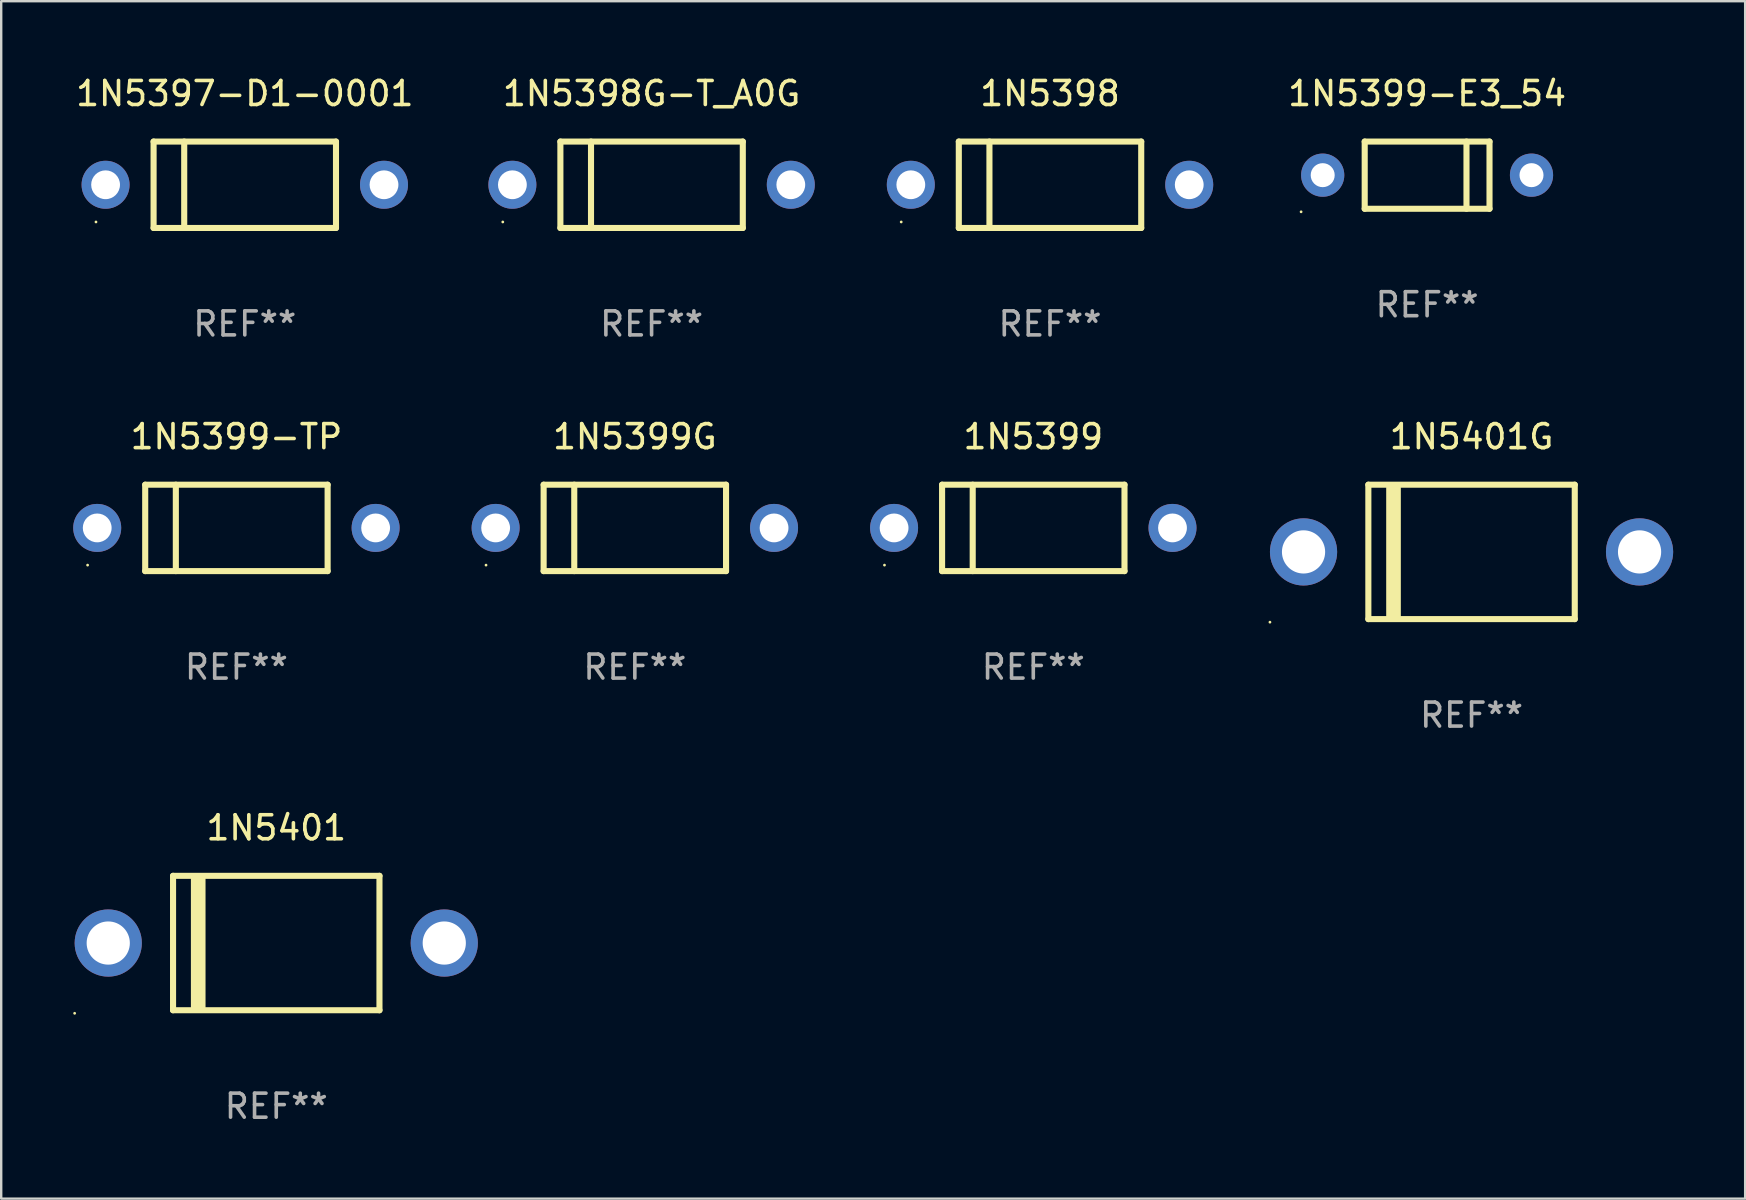
<source format=kicad_pcb>
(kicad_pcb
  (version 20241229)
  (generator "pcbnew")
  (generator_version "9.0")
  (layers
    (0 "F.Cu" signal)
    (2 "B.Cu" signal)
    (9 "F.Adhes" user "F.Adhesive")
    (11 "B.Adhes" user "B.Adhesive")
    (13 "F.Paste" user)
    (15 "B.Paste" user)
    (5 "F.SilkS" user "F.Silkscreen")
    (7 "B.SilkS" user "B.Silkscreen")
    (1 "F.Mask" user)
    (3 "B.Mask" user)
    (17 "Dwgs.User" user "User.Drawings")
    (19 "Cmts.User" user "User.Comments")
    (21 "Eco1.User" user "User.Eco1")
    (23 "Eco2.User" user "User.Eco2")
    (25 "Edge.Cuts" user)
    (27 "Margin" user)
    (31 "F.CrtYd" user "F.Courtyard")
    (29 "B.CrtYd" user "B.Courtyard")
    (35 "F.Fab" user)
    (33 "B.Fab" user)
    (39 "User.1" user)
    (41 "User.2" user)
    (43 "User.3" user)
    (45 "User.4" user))
  (footprint "1N5398"
    (layer "F.Cu")
    (at 40.698 4.648)
    (property "Reference" "1N5398" (at 0 -3.8 0) (layer "F.SilkS") (effects (font (size 1 1) (thickness 0.15))))
    (attr through_hole)
    (fp_line (start -3.8 -1.8) (end -3.8 1.8) (stroke (width 0.254) (type solid)) (layer "F.SilkS"))
    (fp_line (start -3.8 -1.8) (end 3.8 -1.8) (stroke (width 0.254) (type solid)) (layer "F.SilkS"))
    (fp_line (start -3.8 1.8) (end 3.8 1.8) (stroke (width 0.254) (type solid)) (layer "F.SilkS"))
    (fp_line (start -2.524 -1.8) (end -2.524 1.8) (stroke (width 0.254) (type solid)) (layer "F.SilkS"))
    (fp_line (start 3.8 -1.8) (end 3.8 1.8) (stroke (width 0.254) (type solid)) (layer "F.SilkS"))
    (fp_circle (center -6.2 1.55) (end -6.17 1.55) (stroke (width 0.06) (type solid)) (fill no) (layer "F.SilkS"))
    (fp_text user "REF**" (at 0 5.8 0) (layer "F.Fab") (effects (font (size 1 1) (thickness 0.15))))
    (pad "1" thru_hole circle (at -5.8 0) (size 2 2) (drill 1.2) (layers "*.Cu" "*.Mask"))
    (pad "2" thru_hole circle (at 5.8 0) (size 2 2) (drill 1.2) (layers "*.Cu" "*.Mask")))
  (footprint "1N5401"
    (layer "F.Cu")
    (at 8.46 36.241)
    (property "Reference" "1N5401" (at 0 -4.8 0) (layer "F.SilkS") (effects (font (size 1 1) (thickness 0.15))))
    (attr through_hole)
    (fp_line (start -4.3 -2.8) (end -4.3 2.8) (stroke (width 0.254) (type solid)) (layer "F.SilkS"))
    (fp_line (start -4.3 -2.8) (end 4.3 -2.8) (stroke (width 0.254) (type solid)) (layer "F.SilkS"))
    (fp_line (start -4.3 2.8) (end 4.3 2.8) (stroke (width 0.254) (type solid)) (layer "F.SilkS"))
    (fp_line (start -3.442 2.667) (end -3.442 -2.667) (stroke (width 0.229) (type solid)) (layer "F.SilkS"))
    (fp_line (start -3.315 2.667) (end -3.315 -2.667) (stroke (width 0.229) (type solid)) (layer "F.SilkS"))
    (fp_line (start -3.188 2.667) (end -3.188 -2.667) (stroke (width 0.229) (type solid)) (layer "F.SilkS"))
    (fp_line (start -3.061 2.667) (end -3.061 -2.667) (stroke (width 0.229) (type solid)) (layer "F.SilkS"))
    (fp_line (start 4.3 -2.8) (end 4.3 2.8) (stroke (width 0.254) (type solid)) (layer "F.SilkS"))
    (fp_circle (center -8.4 2.927) (end -8.37 2.927) (stroke (width 0.06) (type solid)) (fill no) (layer "F.SilkS"))
    (fp_text user "REF**" (at 0 6.8 0) (layer "F.Fab") (effects (font (size 1 1) (thickness 0.15))))
    (pad "1" thru_hole circle (at -7 0) (size 2.8 2.8) (drill 1.8) (layers "*.Cu" "*.Mask"))
    (pad "2" thru_hole circle (at 7 0) (size 2.8 2.8) (drill 1.8) (layers "*.Cu" "*.Mask")))
  (footprint "1N5399G"
    (layer "F.Cu")
    (at 23.4 18.945)
    (property "Reference" "1N5399G" (at 0 -3.8 0) (layer "F.SilkS") (effects (font (size 1 1) (thickness 0.15))))
    (attr through_hole)
    (fp_line (start -3.8 -1.8) (end -3.8 1.8) (stroke (width 0.254) (type solid)) (layer "F.SilkS"))
    (fp_line (start -3.8 -1.8) (end 3.8 -1.8) (stroke (width 0.254) (type solid)) (layer "F.SilkS"))
    (fp_line (start -3.8 1.8) (end 3.8 1.8) (stroke (width 0.254) (type solid)) (layer "F.SilkS"))
    (fp_line (start -2.524 -1.8) (end -2.524 1.8) (stroke (width 0.254) (type solid)) (layer "F.SilkS"))
    (fp_line (start 3.8 -1.8) (end 3.8 1.8) (stroke (width 0.254) (type solid)) (layer "F.SilkS"))
    (fp_circle (center -6.2 1.55) (end -6.17 1.55) (stroke (width 0.06) (type solid)) (fill no) (layer "F.SilkS"))
    (fp_text user "REF**" (at 0 5.8 0) (layer "F.Fab") (effects (font (size 1 1) (thickness 0.15))))
    (pad "1" thru_hole circle (at -5.8 0) (size 2 2) (drill 1.2) (layers "*.Cu" "*.Mask"))
    (pad "2" thru_hole circle (at 5.8 0) (size 2 2) (drill 1.2) (layers "*.Cu" "*.Mask")))
  (footprint "1N5398G-T_A0G"
    (layer "F.Cu")
    (at 24.098 4.648)
    (property "Reference" "1N5398G-T_A0G" (at 0 -3.8 0) (layer "F.SilkS") (effects (font (size 1 1) (thickness 0.15))))
    (attr through_hole)
    (fp_line (start -3.8 -1.8) (end -3.8 1.8) (stroke (width 0.254) (type solid)) (layer "F.SilkS"))
    (fp_line (start -3.8 -1.8) (end 3.8 -1.8) (stroke (width 0.254) (type solid)) (layer "F.SilkS"))
    (fp_line (start -3.8 1.8) (end 3.8 1.8) (stroke (width 0.254) (type solid)) (layer "F.SilkS"))
    (fp_line (start -2.524 -1.8) (end -2.524 1.8) (stroke (width 0.254) (type solid)) (layer "F.SilkS"))
    (fp_line (start 3.8 -1.8) (end 3.8 1.8) (stroke (width 0.254) (type solid)) (layer "F.SilkS"))
    (fp_circle (center -6.2 1.55) (end -6.17 1.55) (stroke (width 0.06) (type solid)) (fill no) (layer "F.SilkS"))
    (fp_text user "REF**" (at 0 5.8 0) (layer "F.Fab") (effects (font (size 1 1) (thickness 0.15))))
    (pad "1" thru_hole circle (at -5.8 0) (size 2 2) (drill 1.2) (layers "*.Cu" "*.Mask"))
    (pad "2" thru_hole circle (at 5.8 0) (size 2 2) (drill 1.2) (layers "*.Cu" "*.Mask")))
  (footprint "1N5399-E3_54"
    (layer "F.Cu")
    (at 56.409 4.248)
    (property "Reference" "1N5399-E3_54" (at 0 -3.4 0) (layer "F.SilkS") (effects (font (size 1 1) (thickness 0.15))))
    (attr through_hole)
    (fp_line (start -2.6 1.4) (end -2.6 -1.4) (stroke (width 0.254) (type solid)) (layer "F.SilkS"))
    (fp_line (start 1.641 1.4) (end 1.641 -1.4) (stroke (width 0.254) (type solid)) (layer "F.SilkS"))
    (fp_line (start 2.6 -1.4) (end -2.6 -1.4) (stroke (width 0.254) (type solid)) (layer "F.SilkS"))
    (fp_line (start 2.6 1.4) (end -2.6 1.4) (stroke (width 0.254) (type solid)) (layer "F.SilkS"))
    (fp_line (start 2.6 1.4) (end 2.6 -1.4) (stroke (width 0.254) (type solid)) (layer "F.SilkS"))
    (fp_circle (center -5.25 1.527) (end -5.22 1.527) (stroke (width 0.06) (type solid)) (fill no) (layer "F.SilkS"))
    (fp_text user "REF**" (at 0 5.4 0) (layer "F.Fab") (effects (font (size 1 1) (thickness 0.15))))
    (pad "1" thru_hole circle (at -4.35 0) (size 1.8 1.8) (drill 1) (layers "*.Cu" "*.Mask"))
    (pad "2" thru_hole circle (at 4.35 0) (size 1.8 1.8) (drill 1) (layers "*.Cu" "*.Mask")))
  (footprint "1N5399"
    (layer "F.Cu")
    (at 40.001 18.945)
    (property "Reference" "1N5399" (at 0 -3.8 0) (layer "F.SilkS") (effects (font (size 1 1) (thickness 0.15))))
    (attr through_hole)
    (fp_line (start -3.8 -1.8) (end -3.8 1.8) (stroke (width 0.254) (type solid)) (layer "F.SilkS"))
    (fp_line (start -3.8 -1.8) (end 3.8 -1.8) (stroke (width 0.254) (type solid)) (layer "F.SilkS"))
    (fp_line (start -3.8 1.8) (end 3.8 1.8) (stroke (width 0.254) (type solid)) (layer "F.SilkS"))
    (fp_line (start -2.524 -1.8) (end -2.524 1.8) (stroke (width 0.254) (type solid)) (layer "F.SilkS"))
    (fp_line (start 3.8 -1.8) (end 3.8 1.8) (stroke (width 0.254) (type solid)) (layer "F.SilkS"))
    (fp_circle (center -6.2 1.55) (end -6.17 1.55) (stroke (width 0.06) (type solid)) (fill no) (layer "F.SilkS"))
    (fp_text user "REF**" (at 0 5.8 0) (layer "F.Fab") (effects (font (size 1 1) (thickness 0.15))))
    (pad "1" thru_hole circle (at -5.8 0) (size 2 2) (drill 1.2) (layers "*.Cu" "*.Mask"))
    (pad "2" thru_hole circle (at 5.8 0) (size 2 2) (drill 1.2) (layers "*.Cu" "*.Mask")))
  (footprint "1N5401G"
    (layer "F.Cu")
    (at 58.261 19.945)
    (property "Reference" "1N5401G" (at 0 -4.8 0) (layer "F.SilkS") (effects (font (size 1 1) (thickness 0.15))))
    (attr through_hole)
    (fp_line (start -4.3 -2.8) (end -4.3 2.8) (stroke (width 0.254) (type solid)) (layer "F.SilkS"))
    (fp_line (start -4.3 -2.8) (end 4.3 -2.8) (stroke (width 0.254) (type solid)) (layer "F.SilkS"))
    (fp_line (start -4.3 2.8) (end 4.3 2.8) (stroke (width 0.254) (type solid)) (layer "F.SilkS"))
    (fp_line (start -3.442 2.667) (end -3.442 -2.667) (stroke (width 0.229) (type solid)) (layer "F.SilkS"))
    (fp_line (start -3.315 2.667) (end -3.315 -2.667) (stroke (width 0.229) (type solid)) (layer "F.SilkS"))
    (fp_line (start -3.188 2.667) (end -3.188 -2.667) (stroke (width 0.229) (type solid)) (layer "F.SilkS"))
    (fp_line (start -3.061 2.667) (end -3.061 -2.667) (stroke (width 0.229) (type solid)) (layer "F.SilkS"))
    (fp_line (start 4.3 -2.8) (end 4.3 2.8) (stroke (width 0.254) (type solid)) (layer "F.SilkS"))
    (fp_circle (center -8.4 2.927) (end -8.37 2.927) (stroke (width 0.06) (type solid)) (fill no) (layer "F.SilkS"))
    (fp_text user "REF**" (at 0 6.8 0) (layer "F.Fab") (effects (font (size 1 1) (thickness 0.15))))
    (pad "1" thru_hole circle (at -7 0) (size 2.8 2.8) (drill 1.8) (layers "*.Cu" "*.Mask"))
    (pad "2" thru_hole circle (at 7 0) (size 2.8 2.8) (drill 1.8) (layers "*.Cu" "*.Mask")))
  (footprint "1N5399-TP"
    (layer "F.Cu")
    (at 6.8 18.945)
    (property "Reference" "1N5399-TP" (at 0 -3.8 0) (layer "F.SilkS") (effects (font (size 1 1) (thickness 0.15))))
    (attr through_hole)
    (fp_line (start -3.8 -1.8) (end -3.8 1.8) (stroke (width 0.254) (type solid)) (layer "F.SilkS"))
    (fp_line (start -3.8 -1.8) (end 3.8 -1.8) (stroke (width 0.254) (type solid)) (layer "F.SilkS"))
    (fp_line (start -3.8 1.8) (end 3.8 1.8) (stroke (width 0.254) (type solid)) (layer "F.SilkS"))
    (fp_line (start -2.524 -1.8) (end -2.524 1.8) (stroke (width 0.254) (type solid)) (layer "F.SilkS"))
    (fp_line (start 3.8 -1.8) (end 3.8 1.8) (stroke (width 0.254) (type solid)) (layer "F.SilkS"))
    (fp_circle (center -6.2 1.55) (end -6.17 1.55) (stroke (width 0.06) (type solid)) (fill no) (layer "F.SilkS"))
    (fp_text user "REF**" (at 0 5.8 0) (layer "F.Fab") (effects (font (size 1 1) (thickness 0.15))))
    (pad "1" thru_hole circle (at -5.8 0) (size 2 2) (drill 1.2) (layers "*.Cu" "*.Mask"))
    (pad "2" thru_hole circle (at 5.8 0) (size 2 2) (drill 1.2) (layers "*.Cu" "*.Mask")))
  (footprint "1N5397-D1-0001"
    (layer "F.Cu")
    (at 7.149 4.648)
    (property "Reference" "1N5397-D1-0001" (at 0 -3.8 0) (layer "F.SilkS") (effects (font (size 1 1) (thickness 0.15))))
    (attr through_hole)
    (fp_line (start -3.8 -1.8) (end -3.8 1.8) (stroke (width 0.254) (type solid)) (layer "F.SilkS"))
    (fp_line (start -3.8 -1.8) (end 3.8 -1.8) (stroke (width 0.254) (type solid)) (layer "F.SilkS"))
    (fp_line (start -3.8 1.8) (end 3.8 1.8) (stroke (width 0.254) (type solid)) (layer "F.SilkS"))
    (fp_line (start -2.524 -1.8) (end -2.524 1.8) (stroke (width 0.254) (type solid)) (layer "F.SilkS"))
    (fp_line (start 3.8 -1.8) (end 3.8 1.8) (stroke (width 0.254) (type solid)) (layer "F.SilkS"))
    (fp_circle (center -6.2 1.55) (end -6.17 1.55) (stroke (width 0.06) (type solid)) (fill no) (layer "F.SilkS"))
    (fp_text user "REF**" (at 0 5.8 0) (layer "F.Fab") (effects (font (size 1 1) (thickness 0.15))))
    (pad "1" thru_hole circle (at -5.8 0) (size 2 2) (drill 1.2) (layers "*.Cu" "*.Mask"))
    (pad "2" thru_hole circle (at 5.8 0) (size 2 2) (drill 1.2) (layers "*.Cu" "*.Mask")))
  (gr_rect
    (start -3 -3)
    (end 69.661 46.89)
    (stroke (width 0.1) (type default))
    (fill no)
    (layer "Edge.Cuts")))
</source>
